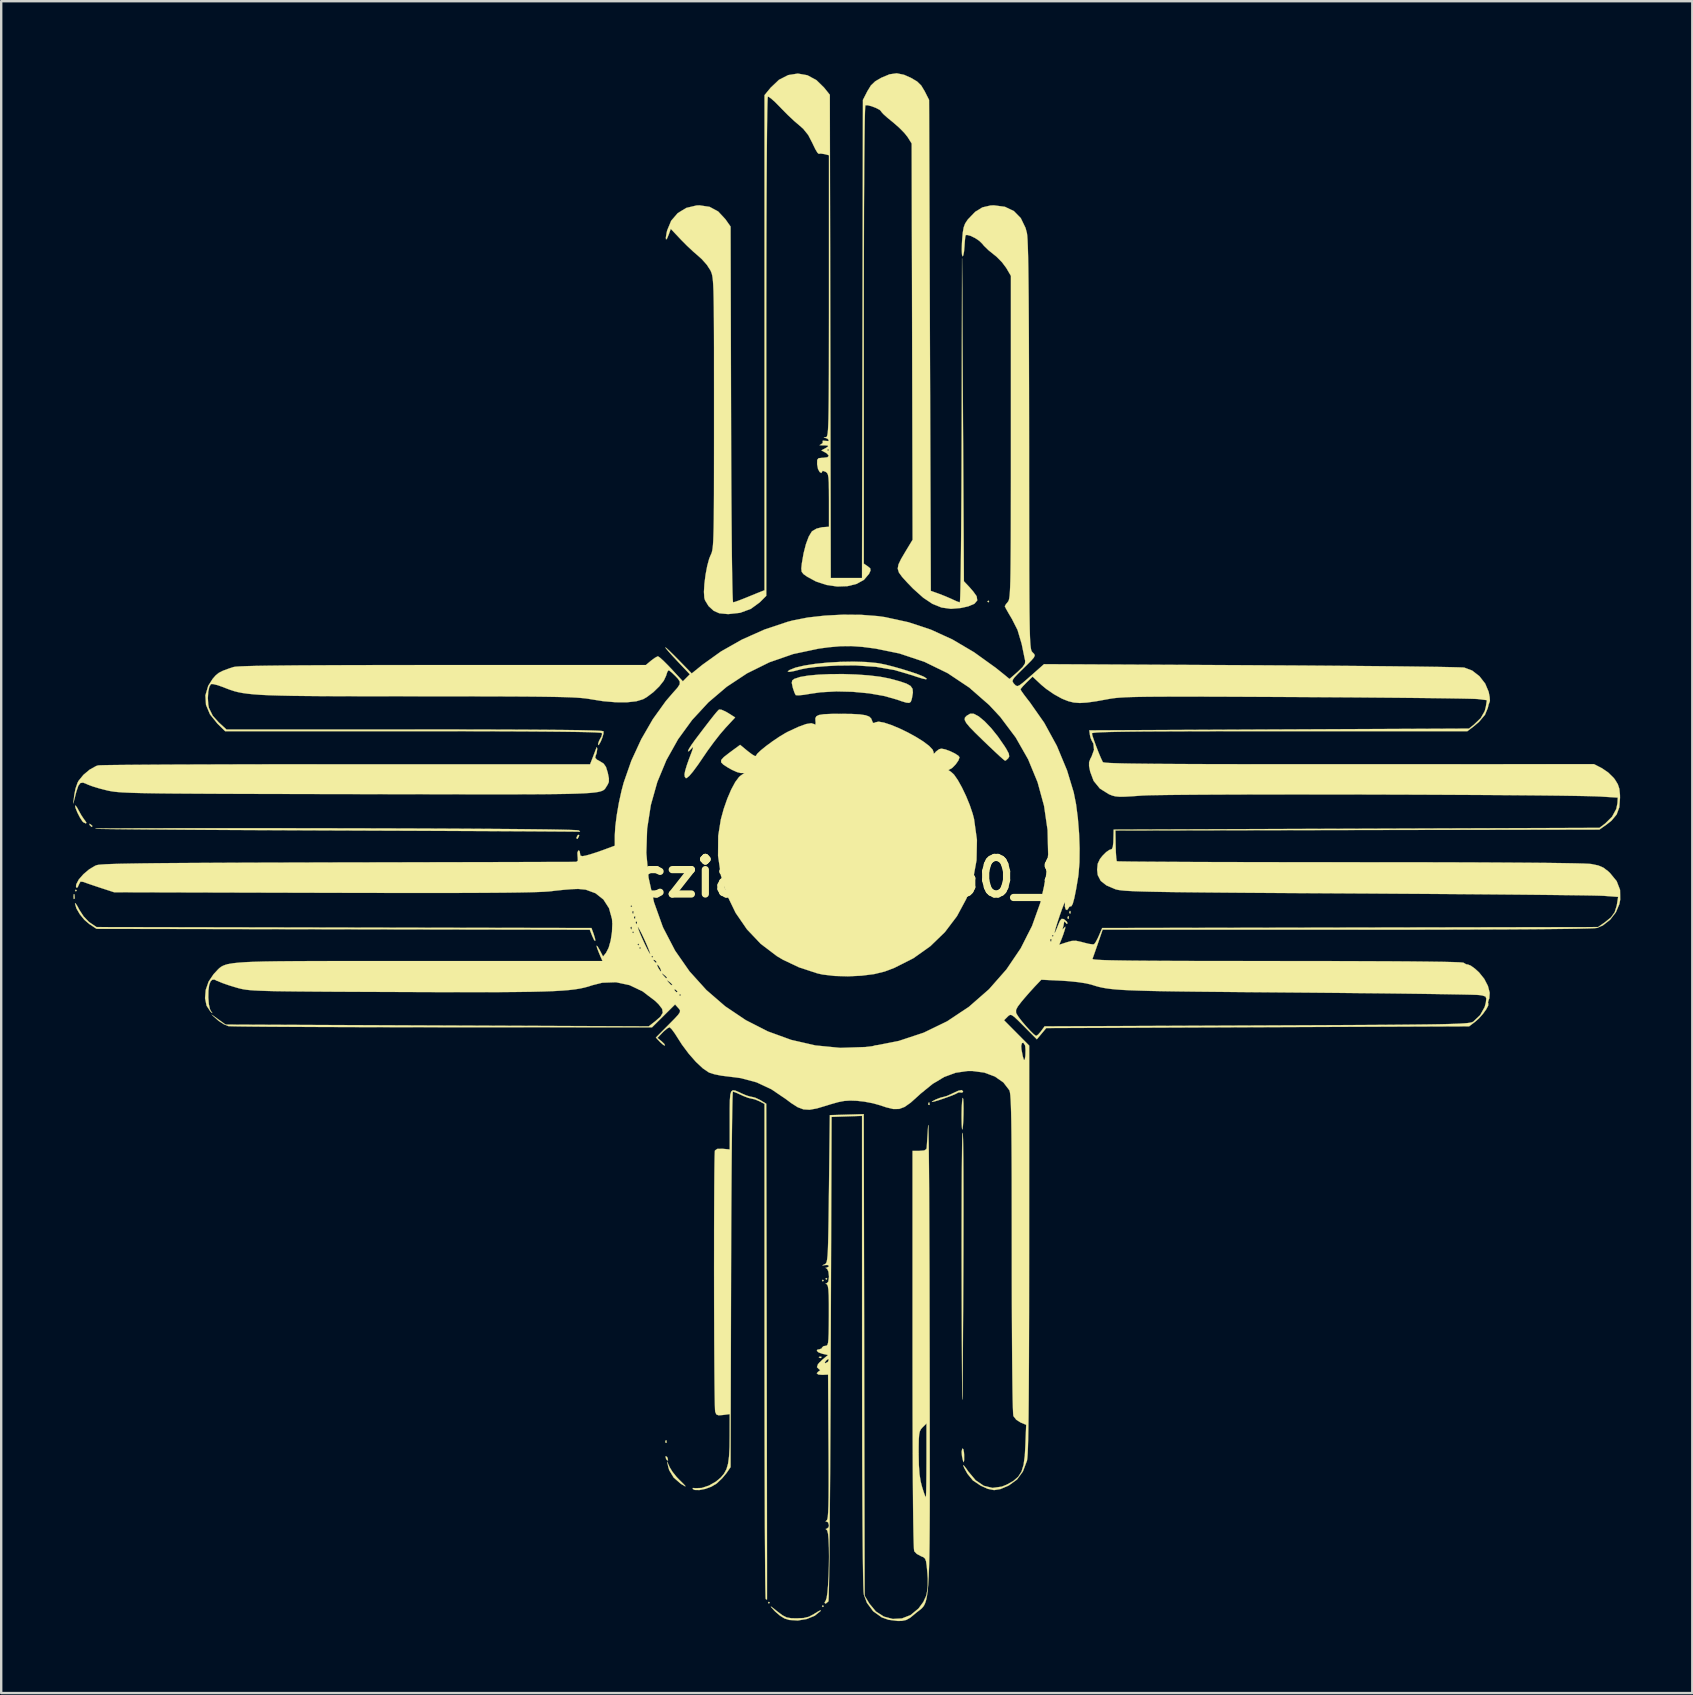
<source format=kicad_pcb>
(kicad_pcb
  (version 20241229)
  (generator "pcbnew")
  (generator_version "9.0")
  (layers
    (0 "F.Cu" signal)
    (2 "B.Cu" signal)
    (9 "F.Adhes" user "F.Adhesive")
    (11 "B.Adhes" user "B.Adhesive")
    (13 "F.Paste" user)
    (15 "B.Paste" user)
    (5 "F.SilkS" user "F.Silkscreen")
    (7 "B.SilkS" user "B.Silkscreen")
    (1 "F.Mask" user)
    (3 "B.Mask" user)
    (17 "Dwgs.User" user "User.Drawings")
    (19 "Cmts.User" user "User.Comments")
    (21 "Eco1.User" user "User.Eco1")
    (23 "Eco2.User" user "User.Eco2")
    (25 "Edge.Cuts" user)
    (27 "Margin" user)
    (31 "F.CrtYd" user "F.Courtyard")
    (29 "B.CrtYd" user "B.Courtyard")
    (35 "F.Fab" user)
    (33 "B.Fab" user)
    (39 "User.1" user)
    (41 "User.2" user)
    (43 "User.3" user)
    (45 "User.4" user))
  (footprint "dczia_350x350_8"
    (layer "F.Cu")
    (at 31.935 33.521)
    (property "Reference" "dczia_350x350_8" (at 0 0 0) (layer "F.SilkS") (effects (font (size 1.524 1.524) (thickness 0.3))))
    (attr through_hole)
    (fp_poly (pts (xy -31.786 0.544) (xy -31.823 0.581) (xy -31.859 0.544) (xy -31.823 0.508) (xy -31.786 0.544)) (stroke (width 0.01) (type solid)) (fill yes) (layer "F.SilkS"))
    (fp_poly (pts (xy -2.903 30.226) (xy -2.939 30.262) (xy -2.975 30.226) (xy -2.939 30.19) (xy -2.903 30.226)) (stroke (width 0.01) (type solid)) (fill yes) (layer "F.SilkS"))
    (fp_poly (pts (xy -0.653 16.8) (xy -0.689 16.837) (xy -0.726 16.8) (xy -0.689 16.764) (xy -0.653 16.8)) (stroke (width 0.01) (type solid)) (fill yes) (layer "F.SilkS"))
    (fp_poly (pts (xy -0.653 30.371) (xy -0.689 30.407) (xy -0.726 30.371) (xy -0.689 30.335) (xy -0.653 30.371)) (stroke (width 0.01) (type solid)) (fill yes) (layer "F.SilkS"))
    (fp_poly (pts (xy -0.508 16.728) (xy -0.544 16.764) (xy -0.581 16.728) (xy -0.544 16.691) (xy -0.508 16.728)) (stroke (width 0.01) (type solid)) (fill yes) (layer "F.SilkS"))
    (fp_poly (pts (xy 6.241 -11.503) (xy 6.205 -11.466) (xy 6.169 -11.503) (xy 6.205 -11.539) (xy 6.241 -11.503)) (stroke (width 0.01) (type solid)) (fill yes) (layer "F.SilkS"))
    (fp_poly (pts (xy -31.883 0.708) (xy -31.874 0.856) (xy -31.883 0.889) (xy -31.91 0.898) (xy -31.92 0.798) (xy -31.909 0.695) (xy -31.883 0.708)) (stroke (width 0.01) (type solid)) (fill yes) (layer "F.SilkS"))
    (fp_poly (pts (xy -7.209 23.465) (xy -7.2 23.551) (xy -7.209 23.562) (xy -7.252 23.552) (xy -7.257 23.513) (xy -7.231 23.453) (xy -7.209 23.465)) (stroke (width 0.01) (type solid)) (fill yes) (layer "F.SilkS"))
    (fp_poly (pts (xy -0.75 19.981) (xy -0.76 20.024) (xy -0.798 20.03) (xy -0.858 20.003) (xy -0.847 19.981) (xy -0.761 19.973) (xy -0.75 19.981)) (stroke (width 0.01) (type solid)) (fill yes) (layer "F.SilkS"))
    (fp_poly (pts (xy 3.75 9.386) (xy 3.758 9.472) (xy 3.75 9.483) (xy 3.706 9.473) (xy 3.701 9.434) (xy 3.728 9.375) (xy 3.75 9.386)) (stroke (width 0.01) (type solid)) (fill yes) (layer "F.SilkS"))
    (fp_poly (pts (xy 9.555 1.621) (xy 9.564 1.707) (xy 9.555 1.718) (xy 9.512 1.708) (xy 9.507 1.669) (xy 9.533 1.609) (xy 9.555 1.621)) (stroke (width 0.01) (type solid)) (fill yes) (layer "F.SilkS"))
    (fp_poly (pts (xy 9.628 1.403) (xy 9.636 1.489) (xy 9.628 1.5) (xy 9.585 1.49) (xy 9.579 1.451) (xy 9.606 1.392) (xy 9.628 1.403)) (stroke (width 0.01) (type solid)) (fill yes) (layer "F.SilkS"))
    (fp_poly (pts (xy -31.217 -2.22) (xy -31.14 -2.153) (xy -31.133 -2.137) (xy -31.168 -2.107) (xy -31.239 -2.174) (xy -31.249 -2.188) (xy -31.257 -2.238) (xy -31.217 -2.22)) (stroke (width 0.01) (type solid)) (fill yes) (layer "F.SilkS"))
    (fp_poly (pts (xy -10.845 -1.766) (xy -10.858 -1.709) (xy -10.917 -1.607) (xy -10.954 -1.624) (xy -10.958 -1.665) (xy -10.906 -1.763) (xy -10.887 -1.777) (xy -10.845 -1.766)) (stroke (width 0.01) (type solid)) (fill yes) (layer "F.SilkS"))
    (fp_poly (pts (xy -7.187 24.147) (xy -7.16 24.199) (xy -7.141 24.302) (xy -7.19 24.282) (xy -7.224 24.234) (xy -7.246 24.139) (xy -7.237 24.122) (xy -7.187 24.147)) (stroke (width 0.01) (type solid)) (fill yes) (layer "F.SilkS"))
    (fp_poly (pts (xy 5.165 23.827) (xy 5.192 23.966) (xy 5.198 24.062) (xy 5.198 24.288) (xy 5.182 24.371) (xy 5.152 24.311) (xy 5.11 24.125) (xy 5.094 23.937) (xy 5.118 23.813) (xy 5.125 23.802) (xy 5.165 23.827)) (stroke (width 0.01) (type solid)) (fill yes) (layer "F.SilkS"))
    (fp_poly (pts (xy -7.072 24.584) (xy -6.958 24.771) (xy -6.782 24.99) (xy -6.667 25.11) (xy -6.489 25.286) (xy -6.414 25.371) (xy -6.44 25.372) (xy -6.565 25.298) (xy -6.619 25.263) (xy -6.908 25.011) (xy -7.094 24.703) (xy -7.134 24.565) (xy -7.179 24.348) (xy -7.072 24.584)) (stroke (width 0.01) (type solid)) (fill yes) (layer "F.SilkS"))
    (fp_poly (pts (xy -31.756 -2.885) (xy -31.711 -2.8) (xy -31.593 -2.589) (xy -31.476 -2.415) (xy -31.449 -2.383) (xy -31.384 -2.285) (xy -31.403 -2.25) (xy -31.511 -2.3) (xy -31.551 -2.34) (xy -31.655 -2.501) (xy -31.759 -2.704) (xy -31.834 -2.89) (xy -31.856 -2.99) (xy -31.827 -2.991) (xy -31.756 -2.885)) (stroke (width 0.01) (type solid)) (fill yes) (layer "F.SilkS"))
    (fp_poly (pts (xy 5.16 9.24) (xy 5.169 9.4) (xy 5.173 9.63) (xy 5.17 9.891) (xy 5.162 10.145) (xy 5.148 10.356) (xy 5.131 10.484) (xy 5.122 10.505) (xy 5.108 10.453) (xy 5.098 10.286) (xy 5.093 10.034) (xy 5.093 9.877) (xy 5.099 9.583) (xy 5.113 9.349) (xy 5.132 9.21) (xy 5.142 9.186) (xy 5.16 9.24)) (stroke (width 0.01) (type solid)) (fill yes) (layer "F.SilkS"))
    (fp_poly (pts (xy -31.831 1.085) (xy -31.757 1.199) (xy -31.679 1.346) (xy -31.503 1.619) (xy -31.289 1.843) (xy -31.23 1.887) (xy -30.962 2.068) (xy -10.334 2.107) (xy -10.24 2.365) (xy -10.181 2.562) (xy -10.178 2.647) (xy -10.222 2.61) (xy -10.302 2.44) (xy -10.305 2.431) (xy -10.404 2.179) (xy -20.683 2.16) (xy -30.962 2.141) (xy -31.264 1.941) (xy -31.47 1.764) (xy -31.659 1.532) (xy -31.799 1.291) (xy -31.859 1.089) (xy -31.859 1.077) (xy -31.831 1.085)) (stroke (width 0.01) (type solid)) (fill yes) (layer "F.SilkS"))
    (fp_poly (pts (xy -2.795 30.426) (xy -2.629 30.557) (xy -2.583 30.594) (xy -2.37 30.754) (xy -2.199 30.84) (xy -2.006 30.874) (xy -1.779 30.879) (xy -1.489 30.865) (xy -1.272 30.812) (xy -1.058 30.698) (xy -1.011 30.667) (xy -0.853 30.572) (xy -0.776 30.543) (xy -0.786 30.573) (xy -1.032 30.772) (xy -1.364 30.907) (xy -1.733 30.968) (xy -2.09 30.946) (xy -2.286 30.885) (xy -2.476 30.767) (xy -2.676 30.595) (xy -2.721 30.548) (xy -2.831 30.425) (xy -2.859 30.384) (xy -2.795 30.426)) (stroke (width 0.01) (type solid)) (fill yes) (layer "F.SilkS"))
    (fp_poly (pts (xy 5.151 8.91) (xy 5.153 8.931) (xy 5.108 8.973) (xy 5.077 8.961) (xy 4.961 8.958) (xy 4.914 8.986) (xy 4.811 9.038) (xy 4.619 9.115) (xy 4.382 9.201) (xy 4.145 9.281) (xy 3.954 9.337) (xy 3.852 9.356) (xy 3.852 9.356) (xy 3.88 9.326) (xy 4.004 9.261) (xy 4.028 9.25) (xy 4.207 9.18) (xy 4.337 9.147) (xy 4.339 9.147) (xy 4.458 9.114) (xy 4.644 9.035) (xy 4.717 8.999) (xy 4.959 8.888) (xy 5.098 8.86) (xy 5.151 8.91)) (stroke (width 0.01) (type solid)) (fill yes) (layer "F.SilkS"))
    (fp_poly (pts (xy 5.802 -6.716) (xy 6.049 -6.512) (xy 6.322 -6.227) (xy 6.604 -5.877) (xy 6.88 -5.478) (xy 6.96 -5.35) (xy 7.06 -5.162) (xy 7.077 -5.043) (xy 7.038 -4.969) (xy 6.943 -4.881) (xy 6.904 -4.866) (xy 6.839 -4.915) (xy 6.688 -5.048) (xy 6.471 -5.25) (xy 6.204 -5.502) (xy 5.997 -5.701) (xy 5.665 -6.025) (xy 5.43 -6.266) (xy 5.285 -6.442) (xy 5.221 -6.568) (xy 5.231 -6.662) (xy 5.305 -6.74) (xy 5.436 -6.818) (xy 5.447 -6.824) (xy 5.596 -6.825) (xy 5.802 -6.716)) (stroke (width 0.01) (type solid)) (fill yes) (layer "F.SilkS"))
    (fp_poly (pts (xy 1.106 -8.98) (xy 1.564 -8.937) (xy 1.669 -8.921) (xy 1.927 -8.868) (xy 2.253 -8.785) (xy 2.609 -8.684) (xy 2.958 -8.575) (xy 3.263 -8.471) (xy 3.484 -8.383) (xy 3.556 -8.346) (xy 3.644 -8.277) (xy 3.606 -8.26) (xy 3.452 -8.292) (xy 3.193 -8.373) (xy 3.039 -8.426) (xy 2.299 -8.645) (xy 1.516 -8.781) (xy 0.661 -8.839) (xy -0.103 -8.831) (xy -0.566 -8.807) (xy -0.991 -8.771) (xy -1.344 -8.727) (xy -1.588 -8.68) (xy -1.597 -8.677) (xy -1.89 -8.602) (xy -2.08 -8.569) (xy -2.155 -8.578) (xy -2.105 -8.63) (xy -2.081 -8.645) (xy -1.829 -8.746) (xy -1.461 -8.832) (xy -1.007 -8.903) (xy -0.494 -8.955) (xy 0.049 -8.986) (xy 0.592 -8.995) (xy 1.106 -8.98)) (stroke (width 0.01) (type solid)) (fill yes) (layer "F.SilkS"))
    (fp_poly (pts (xy -4.914 -6.991) (xy -4.745 -6.916) (xy -4.643 -6.857) (xy -4.345 -6.669) (xy -4.752 -6.23) (xy -4.975 -5.971) (xy -5.232 -5.642) (xy -5.485 -5.296) (xy -5.601 -5.127) (xy -5.882 -4.714) (xy -6.099 -4.419) (xy -6.257 -4.232) (xy -6.365 -4.145) (xy -6.399 -4.137) (xy -6.445 -4.198) (xy -6.456 -4.3) (xy -6.429 -4.443) (xy -6.36 -4.676) (xy -6.263 -4.951) (xy -6.241 -5.007) (xy -6.143 -5.266) (xy -6.1 -5.404) (xy -6.111 -5.433) (xy -6.169 -5.37) (xy -6.265 -5.268) (xy -6.311 -5.259) (xy -6.312 -5.265) (xy -6.272 -5.357) (xy -6.164 -5.528) (xy -6.013 -5.739) (xy -6.005 -5.749) (xy -5.681 -6.177) (xy -5.433 -6.5) (xy -5.251 -6.732) (xy -5.125 -6.885) (xy -5.046 -6.972) (xy -5.012 -7) (xy -4.914 -6.991)) (stroke (width 0.01) (type solid)) (fill yes) (layer "F.SilkS"))
    (fp_poly (pts (xy 5.144 10.708) (xy 5.153 10.91) (xy 5.159 11.243) (xy 5.165 11.7) (xy 5.168 12.272) (xy 5.17 12.952) (xy 5.171 13.734) (xy 5.17 14.609) (xy 5.168 15.571) (xy 5.164 16.612) (xy 5.158 17.725) (xy 5.151 18.902) (xy 5.143 20.136) (xy 5.133 21.372) (xy 5.13 21.636) (xy 5.127 21.76) (xy 5.124 21.751) (xy 5.121 21.615) (xy 5.117 21.357) (xy 5.114 20.983) (xy 5.11 20.499) (xy 5.107 19.911) (xy 5.104 19.226) (xy 5.101 18.448) (xy 5.098 17.584) (xy 5.097 17.186) (xy 5.095 16.226) (xy 5.094 15.309) (xy 5.095 14.444) (xy 5.097 13.642) (xy 5.099 12.912) (xy 5.103 12.266) (xy 5.108 11.713) (xy 5.113 11.264) (xy 5.119 10.929) (xy 5.127 10.718) (xy 5.134 10.643) (xy 5.144 10.708)) (stroke (width 0.01) (type solid)) (fill yes) (layer "F.SilkS"))
    (fp_poly (pts (xy 0.709 -8.459) (xy 1.227 -8.422) (xy 1.697 -8.366) (xy 2.09 -8.29) (xy 2.127 -8.28) (xy 2.524 -8.172) (xy 2.798 -8.078) (xy 2.967 -7.98) (xy 3.049 -7.861) (xy 3.063 -7.704) (xy 3.027 -7.49) (xy 3.011 -7.42) (xy 2.975 -7.32) (xy 2.908 -7.276) (xy 2.781 -7.288) (xy 2.564 -7.354) (xy 2.403 -7.412) (xy 1.867 -7.564) (xy 1.236 -7.674) (xy 0.555 -7.738) (xy -0.133 -7.754) (xy -0.781 -7.718) (xy -1.206 -7.657) (xy -1.478 -7.612) (xy -1.692 -7.591) (xy -1.812 -7.597) (xy -1.823 -7.602) (xy -1.873 -7.703) (xy -1.934 -7.882) (xy -1.947 -7.929) (xy -1.986 -8.114) (xy -1.964 -8.214) (xy -1.884 -8.275) (xy -1.651 -8.354) (xy -1.302 -8.414) (xy -0.864 -8.454) (xy -0.364 -8.475) (xy 0.169 -8.477) (xy 0.709 -8.459)) (stroke (width 0.01) (type solid)) (fill yes) (layer "F.SilkS"))
    (fp_poly (pts (xy -24.101 -2.053) (xy -22.98 -2.052) (xy -21.812 -2.051) (xy -20.988 -2.049) (xy -19.43 -2.046) (xy -17.996 -2.042) (xy -16.686 -2.037) (xy -15.504 -2.031) (xy -14.45 -2.024) (xy -13.528 -2.017) (xy -12.739 -2.009) (xy -12.084 -2.001) (xy -11.567 -1.991) (xy -11.189 -1.981) (xy -10.951 -1.971) (xy -10.857 -1.96) (xy -10.856 -1.959) (xy -10.81 -1.904) (xy -10.817 -1.904) (xy -10.892 -1.907) (xy -11.104 -1.91) (xy -11.444 -1.913) (xy -11.905 -1.916) (xy -12.478 -1.92) (xy -13.155 -1.924) (xy -13.927 -1.928) (xy -14.786 -1.933) (xy -15.724 -1.937) (xy -16.732 -1.942) (xy -17.803 -1.947) (xy -18.928 -1.951) (xy -20.098 -1.956) (xy -20.913 -1.959) (xy -22.109 -1.964) (xy -23.266 -1.969) (xy -24.375 -1.974) (xy -25.426 -1.979) (xy -26.413 -1.985) (xy -27.327 -1.991) (xy -28.159 -1.997) (xy -28.902 -2.002) (xy -29.546 -2.008) (xy -30.084 -2.014) (xy -30.507 -2.019) (xy -30.807 -2.024) (xy -30.976 -2.029) (xy -31.012 -2.032) (xy -30.945 -2.036) (xy -30.742 -2.04) (xy -30.409 -2.043) (xy -29.956 -2.046) (xy -29.391 -2.049) (xy -28.722 -2.051) (xy -27.956 -2.052) (xy -27.103 -2.053) (xy -26.171 -2.054) (xy -25.168 -2.054) (xy -24.101 -2.053)) (stroke (width 0.01) (type solid)) (fill yes) (layer "F.SilkS"))
    (fp_poly (pts (xy -10.098 -5.392) (xy -10.095 -5.347) (xy -10.122 -5.17) (xy -10.156 -5.087) (xy -10.178 -4.989) (xy -10.102 -4.907) (xy -9.983 -4.843) (xy -9.826 -4.745) (xy -9.729 -4.606) (xy -9.657 -4.375) (xy -9.654 -4.363) (xy -9.607 -4.129) (xy -9.61 -3.978) (xy -9.664 -3.859) (xy -9.675 -3.843) (xy -9.71 -3.789) (xy -9.739 -3.74) (xy -9.769 -3.696) (xy -9.808 -3.657) (xy -9.863 -3.622) (xy -9.941 -3.592) (xy -10.049 -3.565) (xy -10.196 -3.543) (xy -10.387 -3.524) (xy -10.63 -3.508) (xy -10.932 -3.495) (xy -11.302 -3.484) (xy -11.745 -3.477) (xy -12.269 -3.471) (xy -12.881 -3.467) (xy -13.589 -3.465) (xy -14.4 -3.465) (xy -15.321 -3.465) (xy -16.359 -3.467) (xy -17.521 -3.469) (xy -18.816 -3.471) (xy -20.025 -3.474) (xy -21.426 -3.476) (xy -22.69 -3.479) (xy -23.823 -3.481) (xy -24.834 -3.484) (xy -25.731 -3.487) (xy -26.52 -3.491) (xy -27.21 -3.495) (xy -27.808 -3.499) (xy -28.322 -3.504) (xy -28.759 -3.511) (xy -29.128 -3.518) (xy -29.434 -3.526) (xy -29.688 -3.536) (xy -29.895 -3.546) (xy -30.063 -3.559) (xy -30.2 -3.572) (xy -30.315 -3.588) (xy -30.413 -3.605) (xy -30.503 -3.624) (xy -30.536 -3.632) (xy -30.846 -3.711) (xy -31.128 -3.797) (xy -31.33 -3.873) (xy -31.361 -3.888) (xy -31.522 -3.953) (xy -31.635 -3.936) (xy -31.721 -3.82) (xy -31.801 -3.585) (xy -31.831 -3.471) (xy -31.93 -3.084) (xy -31.888 -3.447) (xy -31.835 -3.712) (xy -31.75 -3.954) (xy -31.711 -4.028) (xy -31.509 -4.276) (xy -31.246 -4.496) (xy -30.978 -4.644) (xy -30.897 -4.67) (xy -30.802 -4.676) (xy -30.57 -4.682) (xy -30.21 -4.687) (xy -29.73 -4.692) (xy -29.139 -4.697) (xy -28.444 -4.702) (xy -27.655 -4.706) (xy -26.78 -4.709) (xy -25.828 -4.712) (xy -24.806 -4.715) (xy -23.723 -4.717) (xy -22.587 -4.718) (xy -21.408 -4.719) (xy -20.545 -4.719) (xy -10.391 -4.719) (xy -10.299 -4.954) (xy -10.219 -5.161) (xy -10.155 -5.332) (xy -10.154 -5.334) (xy -10.113 -5.43) (xy -10.098 -5.392)) (stroke (width 0.01) (type solid)) (fill yes) (layer "F.SilkS"))
    (fp_poly (pts (xy 0.507 -6.815) (xy 0.851 -6.797) (xy 1.09 -6.761) (xy 1.241 -6.705) (xy 1.325 -6.624) (xy 1.352 -6.556) (xy 1.401 -6.439) (xy 1.473 -6.448) (xy 1.496 -6.465) (xy 1.632 -6.494) (xy 1.862 -6.453) (xy 2.159 -6.355) (xy 2.497 -6.215) (xy 2.849 -6.045) (xy 3.19 -5.858) (xy 3.494 -5.668) (xy 3.733 -5.488) (xy 3.883 -5.331) (xy 3.921 -5.236) (xy 3.933 -5.158) (xy 3.983 -5.196) (xy 4.02 -5.243) (xy 4.157 -5.346) (xy 4.253 -5.369) (xy 4.412 -5.338) (xy 4.613 -5.264) (xy 4.81 -5.169) (xy 4.957 -5.074) (xy 5.007 -5.008) (xy 4.96 -4.876) (xy 4.847 -4.714) (xy 4.709 -4.572) (xy 4.59 -4.5) (xy 4.576 -4.498) (xy 4.544 -4.474) (xy 4.637 -4.411) (xy 4.645 -4.408) (xy 4.776 -4.288) (xy 4.935 -4.059) (xy 5.107 -3.751) (xy 5.278 -3.394) (xy 5.432 -3.019) (xy 5.555 -2.655) (xy 5.612 -2.435) (xy 5.732 -1.567) (xy 5.715 -0.716) (xy 5.566 0.105) (xy 5.292 0.885) (xy 4.9 1.613) (xy 4.397 2.277) (xy 3.789 2.865) (xy 3.084 3.366) (xy 2.287 3.769) (xy 1.887 3.92) (xy 1.451 4.027) (xy 0.924 4.094) (xy 0.357 4.121) (xy -0.2 4.105) (xy -0.699 4.046) (xy -0.918 3.997) (xy -1.681 3.747) (xy -2.349 3.431) (xy -2.608 3.277) (xy -3.278 2.768) (xy -3.853 2.162) (xy -4.326 1.475) (xy -4.689 0.724) (xy -4.936 -0.072) (xy -5.058 -0.898) (xy -5.051 -1.735) (xy -4.942 -2.418) (xy -4.822 -2.856) (xy -4.673 -3.282) (xy -4.509 -3.665) (xy -4.341 -3.977) (xy -4.184 -4.187) (xy -4.128 -4.236) (xy -3.959 -4.354) (xy -4.119 -4.354) (xy -4.267 -4.391) (xy -4.48 -4.487) (xy -4.646 -4.58) (xy -4.835 -4.702) (xy -4.93 -4.799) (xy -4.927 -4.895) (xy -4.819 -5.016) (xy -4.601 -5.186) (xy -4.491 -5.268) (xy -4.138 -5.527) (xy -3.811 -5.258) (xy -3.638 -5.128) (xy -3.519 -5.06) (xy -3.483 -5.065) (xy -3.426 -5.155) (xy -3.273 -5.301) (xy -3.052 -5.48) (xy -2.79 -5.673) (xy -2.515 -5.859) (xy -2.255 -6.016) (xy -2.141 -6.077) (xy -1.71 -6.277) (xy -1.39 -6.394) (xy -1.172 -6.429) (xy -1.062 -6.395) (xy -1 -6.368) (xy -0.991 -6.454) (xy -0.999 -6.523) (xy -1.002 -6.638) (xy -0.959 -6.719) (xy -0.849 -6.772) (xy -0.653 -6.803) (xy -0.35 -6.817) (xy 0.036 -6.82) (xy 0.507 -6.815)) (stroke (width 0.01) (type solid)) (fill yes) (layer "F.SilkS"))
    (fp_poly (pts (xy -4.342 8.881) (xy -4.2 8.941) (xy -4.081 8.999) (xy -3.87 9.088) (xy -3.695 9.139) (xy -3.65 9.144) (xy -3.504 9.181) (xy -3.314 9.271) (xy -3.284 9.288) (xy -3.049 9.432) (xy -3.03 19.756) (xy -3.028 20.968) (xy -3.026 22.14) (xy -3.024 23.264) (xy -3.023 24.331) (xy -3.021 25.333) (xy -3.02 26.263) (xy -3.019 27.112) (xy -3.018 27.871) (xy -3.017 28.533) (xy -3.017 29.09) (xy -3.017 29.533) (xy -3.017 29.854) (xy -3.017 30.045) (xy -3.018 30.099) (xy -3.062 30.078) (xy -3.072 30.069) (xy -3.078 29.992) (xy -3.083 29.778) (xy -3.089 29.435) (xy -3.094 28.972) (xy -3.098 28.397) (xy -3.103 27.717) (xy -3.107 26.942) (xy -3.11 26.079) (xy -3.113 25.136) (xy -3.116 24.122) (xy -3.118 23.045) (xy -3.119 21.914) (xy -3.12 20.735) (xy -3.121 19.729) (xy -3.121 9.438) (xy -3.335 9.327) (xy -3.519 9.25) (xy -3.663 9.217) (xy -3.665 9.217) (xy -3.798 9.186) (xy -3.997 9.11) (xy -4.081 9.071) (xy -4.273 8.984) (xy -4.41 8.933) (xy -4.439 8.926) (xy -4.447 8.997) (xy -4.455 9.204) (xy -4.463 9.537) (xy -4.471 9.988) (xy -4.478 10.546) (xy -4.485 11.202) (xy -4.492 11.947) (xy -4.498 12.772) (xy -4.504 13.668) (xy -4.509 14.624) (xy -4.513 15.632) (xy -4.516 16.682) (xy -4.516 16.751) (xy -4.536 24.576) (xy -4.707 24.825) (xy -4.883 25.037) (xy -5.095 25.24) (xy -5.132 25.27) (xy -5.342 25.393) (xy -5.592 25.484) (xy -5.837 25.532) (xy -6.03 25.528) (xy -6.107 25.491) (xy -6.113 25.445) (xy -5.99 25.454) (xy -5.737 25.444) (xy -5.438 25.345) (xy -5.144 25.178) (xy -4.943 25.009) (xy -4.807 24.846) (xy -4.708 24.663) (xy -4.641 24.433) (xy -4.6 24.131) (xy -4.579 23.733) (xy -4.574 23.284) (xy -4.572 22.366) (xy -4.852 22.403) (xy -5.038 22.417) (xy -5.13 22.378) (xy -5.177 22.269) (xy -5.185 22.17) (xy -5.192 21.94) (xy -5.198 21.594) (xy -5.204 21.146) (xy -5.209 20.609) (xy -5.213 19.997) (xy -5.217 19.325) (xy -5.219 18.607) (xy -5.222 17.856) (xy -5.223 17.086) (xy -5.224 16.312) (xy -5.223 15.547) (xy -5.223 14.805) (xy -5.221 14.1) (xy -5.218 13.446) (xy -5.215 12.858) (xy -5.211 12.348) (xy -5.206 11.931) (xy -5.2 11.622) (xy -5.193 11.433) (xy -5.187 11.38) (xy -5.092 11.313) (xy -4.874 11.308) (xy -4.861 11.309) (xy -4.572 11.336) (xy -4.572 10.095) (xy -4.572 9.624) (xy -4.566 9.282) (xy -4.547 9.053) (xy -4.509 8.921) (xy -4.443 8.869) (xy -4.342 8.881)) (stroke (width 0.01) (type solid)) (fill yes) (layer "F.SilkS"))
    (fp_poly (pts (xy 1.033 19.9) (xy 1.052 29.936) (xy 1.251 30.267) (xy 1.521 30.593) (xy 1.854 30.806) (xy 2.224 30.904) (xy 2.604 30.883) (xy 2.967 30.742) (xy 3.286 30.478) (xy 3.3 30.463) (xy 3.498 30.195) (xy 3.622 29.926) (xy 3.68 29.615) (xy 3.682 29.222) (xy 3.667 28.994) (xy 3.639 28.69) (xy 3.611 28.499) (xy 3.569 28.39) (xy 3.502 28.33) (xy 3.402 28.289) (xy 3.226 28.194) (xy 3.119 28.082) (xy 3.107 27.987) (xy 3.097 27.751) (xy 3.087 27.376) (xy 3.078 26.867) (xy 3.07 26.226) (xy 3.064 25.457) (xy 3.058 24.564) (xy 3.056 24.005) (xy 3.303 24.005) (xy 3.312 24.49) (xy 3.338 24.868) (xy 3.387 25.175) (xy 3.44 25.382) (xy 3.512 25.613) (xy 3.571 25.776) (xy 3.602 25.835) (xy 3.61 25.766) (xy 3.617 25.573) (xy 3.622 25.277) (xy 3.626 24.899) (xy 3.628 24.461) (xy 3.629 24.295) (xy 3.629 22.755) (xy 3.465 22.918) (xy 3.398 22.996) (xy 3.352 23.087) (xy 3.324 23.219) (xy 3.309 23.42) (xy 3.304 23.718) (xy 3.303 24.005) (xy 3.056 24.005) (xy 3.054 23.549) (xy 3.051 22.418) (xy 3.049 21.172) (xy 3.048 19.815) (xy 3.048 19.672) (xy 3.048 11.394) (xy 3.338 11.394) (xy 3.535 11.378) (xy 3.623 11.322) (xy 3.638 11.267) (xy 3.646 11.145) (xy 3.661 10.914) (xy 3.681 10.61) (xy 3.698 10.341) (xy 3.704 10.318) (xy 3.71 10.432) (xy 3.716 10.676) (xy 3.722 11.043) (xy 3.727 11.526) (xy 3.733 12.117) (xy 3.738 12.809) (xy 3.742 13.595) (xy 3.746 14.466) (xy 3.75 15.417) (xy 3.754 16.438) (xy 3.756 17.524) (xy 3.758 18.666) (xy 3.76 19.667) (xy 3.762 21.108) (xy 3.764 22.412) (xy 3.765 23.585) (xy 3.766 24.634) (xy 3.766 25.567) (xy 3.765 26.391) (xy 3.761 27.113) (xy 3.756 27.741) (xy 3.748 28.281) (xy 3.736 28.74) (xy 3.722 29.127) (xy 3.703 29.448) (xy 3.681 29.711) (xy 3.653 29.922) (xy 3.621 30.089) (xy 3.583 30.219) (xy 3.54 30.319) (xy 3.49 30.397) (xy 3.434 30.46) (xy 3.371 30.514) (xy 3.3 30.568) (xy 3.222 30.628) (xy 3.157 30.682) (xy 2.949 30.854) (xy 2.785 30.946) (xy 2.61 30.983) (xy 2.439 30.988) (xy 2.049 30.939) (xy 1.764 30.837) (xy 1.406 30.582) (xy 1.146 30.23) (xy 1.02 29.889) (xy 1.008 29.766) (xy 0.998 29.5) (xy 0.988 29.094) (xy 0.98 28.551) (xy 0.972 27.874) (xy 0.965 27.064) (xy 0.959 26.125) (xy 0.954 25.06) (xy 0.95 23.871) (xy 0.948 22.56) (xy 0.946 21.13) (xy 0.945 19.755) (xy 0.943 9.937) (xy -0.327 9.979) (xy -0.363 20.03) (xy -0.368 21.227) (xy -0.373 22.385) (xy -0.379 23.495) (xy -0.385 24.549) (xy -0.392 25.538) (xy -0.4 26.455) (xy -0.407 27.291) (xy -0.415 28.037) (xy -0.422 28.685) (xy -0.43 29.228) (xy -0.438 29.655) (xy -0.446 29.96) (xy -0.453 30.133) (xy -0.458 30.172) (xy -0.557 30.254) (xy -0.594 30.262) (xy -0.619 30.219) (xy -0.571 30.142) (xy -0.532 30.026) (xy -0.498 29.797) (xy -0.471 29.483) (xy -0.451 29.112) (xy -0.438 28.711) (xy -0.433 28.308) (xy -0.437 27.93) (xy -0.45 27.605) (xy -0.472 27.361) (xy -0.505 27.224) (xy -0.518 27.206) (xy -0.574 27.154) (xy -0.526 27.143) (xy -0.452 27.081) (xy -0.435 26.997) (xy -0.473 26.878) (xy -0.526 26.85) (xy -0.579 26.835) (xy -0.525 26.791) (xy -0.502 26.747) (xy -0.483 26.638) (xy -0.469 26.455) (xy -0.458 26.186) (xy -0.451 25.82) (xy -0.448 25.346) (xy -0.448 24.753) (xy -0.451 24.03) (xy -0.453 23.726) (xy -0.472 20.719) (xy -0.708 20.73) (xy -0.88 20.716) (xy -0.944 20.665) (xy -0.882 20.595) (xy -0.853 20.58) (xy -0.799 20.532) (xy -0.853 20.495) (xy -0.936 20.409) (xy -0.892 20.282) (xy -0.839 20.228) (xy -0.612 20.228) (xy -0.588 20.247) (xy -0.487 20.194) (xy -0.469 20.17) (xy -0.439 20.08) (xy -0.494 20.084) (xy -0.565 20.146) (xy -0.612 20.228) (xy -0.839 20.228) (xy -0.718 20.106) (xy -0.709 20.099) (xy -0.475 19.903) (xy -0.709 19.852) (xy -0.868 19.795) (xy -0.942 19.728) (xy -0.914 19.678) (xy -0.835 19.667) (xy -0.738 19.628) (xy -0.726 19.594) (xy -0.665 19.535) (xy -0.586 19.522) (xy -0.536 19.514) (xy -0.499 19.478) (xy -0.473 19.393) (xy -0.457 19.239) (xy -0.447 18.997) (xy -0.442 18.646) (xy -0.439 18.258) (xy -0.439 17.773) (xy -0.445 17.416) (xy -0.46 17.173) (xy -0.483 17.027) (xy -0.516 16.962) (xy -0.524 16.958) (xy -0.578 16.925) (xy -0.526 16.915) (xy -0.463 16.843) (xy -0.436 16.655) (xy -0.435 16.625) (xy -0.457 16.431) (xy -0.511 16.314) (xy -0.526 16.304) (xy -0.58 16.271) (xy -0.526 16.262) (xy -0.442 16.214) (xy -0.435 16.19) (xy -0.495 16.151) (xy -0.599 16.155) (xy -0.708 16.173) (xy -0.68 16.151) (xy -0.617 16.123) (xy -0.581 16.103) (xy -0.552 16.069) (xy -0.528 16.007) (xy -0.509 15.905) (xy -0.493 15.748) (xy -0.48 15.525) (xy -0.47 15.221) (xy -0.461 14.824) (xy -0.452 14.321) (xy -0.444 13.698) (xy -0.435 12.983) (xy -0.399 9.906) (xy 1.014 9.864) (xy 1.033 19.9)) (stroke (width 0.01) (type solid)) (fill yes) (layer "F.SilkS"))
    (fp_poly (pts (xy 2.694 -33.454) (xy 2.979 -33.328) (xy 3.237 -33.176) (xy 3.411 -33.006) (xy 3.554 -32.768) (xy 3.737 -32.407) (xy 3.81 -11.945) (xy 4.142 -11.826) (xy 4.402 -11.725) (xy 4.651 -11.618) (xy 4.716 -11.587) (xy 4.89 -11.508) (xy 5.008 -11.467) (xy 5.019 -11.466) (xy 5.027 -11.537) (xy 5.036 -11.744) (xy 5.045 -12.075) (xy 5.053 -12.523) (xy 5.061 -13.077) (xy 5.068 -13.727) (xy 5.075 -14.463) (xy 5.081 -15.277) (xy 5.087 -16.157) (xy 5.091 -17.094) (xy 5.094 -18.079) (xy 5.096 -18.633) (xy 5.112 -25.799) (xy 5.189 -12.345) (xy 5.416 -12.105) (xy 5.575 -11.922) (xy 5.698 -11.753) (xy 5.722 -11.711) (xy 5.745 -11.546) (xy 5.629 -11.409) (xy 5.372 -11.3) (xy 5.063 -11.231) (xy 4.646 -11.196) (xy 4.259 -11.25) (xy 3.881 -11.401) (xy 3.494 -11.659) (xy 3.075 -12.034) (xy 2.835 -12.282) (xy 2.615 -12.524) (xy 2.481 -12.708) (xy 2.43 -12.87) (xy 2.462 -13.047) (xy 2.572 -13.276) (xy 2.756 -13.588) (xy 3.051 -14.076) (xy 3.031 -22.332) (xy 3.012 -30.589) (xy 2.845 -30.857) (xy 2.705 -31.033) (xy 2.491 -31.25) (xy 2.244 -31.466) (xy 2.21 -31.493) (xy 1.993 -31.671) (xy 1.83 -31.818) (xy 1.747 -31.911) (xy 1.742 -31.925) (xy 1.68 -31.991) (xy 1.53 -32.07) (xy 1.345 -32.142) (xy 1.178 -32.185) (xy 1.084 -32.182) (xy 1.074 -32.105) (xy 1.065 -31.886) (xy 1.056 -31.533) (xy 1.049 -31.05) (xy 1.042 -30.442) (xy 1.035 -29.714) (xy 1.03 -28.871) (xy 1.025 -27.919) (xy 1.022 -26.861) (xy 1.019 -25.704) (xy 1.017 -24.452) (xy 1.016 -23.111) (xy 1.016 -22.611) (xy 1.016 -13.081) (xy 1.179 -12.97) (xy 1.286 -12.882) (xy 1.297 -12.791) (xy 1.233 -12.652) (xy 1.024 -12.406) (xy 0.717 -12.235) (xy 0.338 -12.141) (xy -0.088 -12.126) (xy -0.534 -12.19) (xy -0.974 -12.335) (xy -1.333 -12.528) (xy -1.496 -12.642) (xy -1.573 -12.741) (xy -1.588 -12.877) (xy -1.566 -13.088) (xy -1.493 -13.512) (xy -1.394 -13.896) (xy -1.278 -14.206) (xy -1.157 -14.409) (xy -1.134 -14.433) (xy -0.951 -14.54) (xy -0.72 -14.597) (xy -0.707 -14.598) (xy -0.435 -14.617) (xy -0.435 -15.724) (xy -0.437 -16.149) (xy -0.442 -16.452) (xy -0.455 -16.655) (xy -0.477 -16.782) (xy -0.512 -16.856) (xy -0.563 -16.899) (xy -0.581 -16.909) (xy -0.696 -16.95) (xy -0.726 -16.903) (xy -0.754 -16.856) (xy -0.823 -16.899) (xy -0.891 -17.022) (xy -0.928 -17.215) (xy -0.929 -17.235) (xy -0.925 -17.405) (xy -0.867 -17.475) (xy -0.713 -17.49) (xy -0.687 -17.49) (xy -0.498 -17.514) (xy -0.443 -17.579) (xy -0.525 -17.673) (xy -0.593 -17.714) (xy -0.75 -17.798) (xy -0.717 -17.816) (xy -0.508 -17.816) (xy -0.472 -17.78) (xy -0.435 -17.816) (xy -0.472 -17.853) (xy -0.508 -17.816) (xy -0.717 -17.816) (xy -0.575 -17.895) (xy -0.47 -17.965) (xy -0.484 -18) (xy -0.626 -18.011) (xy -0.726 -18.01) (xy -0.828 -18.017) (xy -0.788 -18.042) (xy -0.779 -18.044) (xy -0.695 -18.109) (xy -0.7 -18.16) (xy -0.689 -18.209) (xy -0.592 -18.197) (xy -0.47 -18.188) (xy -0.435 -18.217) (xy -0.495 -18.284) (xy -0.562 -18.311) (xy -0.652 -18.338) (xy -0.6 -18.349) (xy -0.562 -18.352) (xy -0.539 -18.36) (xy -0.519 -18.386) (xy -0.502 -18.439) (xy -0.487 -18.53) (xy -0.475 -18.666) (xy -0.465 -18.858) (xy -0.456 -19.115) (xy -0.45 -19.445) (xy -0.445 -19.859) (xy -0.441 -20.366) (xy -0.438 -20.974) (xy -0.437 -21.693) (xy -0.436 -22.533) (xy -0.435 -23.502) (xy -0.435 -24.231) (xy -0.435 -30.101) (xy -0.62 -30.148) (xy -0.778 -30.171) (xy -0.86 -30.16) (xy -0.913 -30.204) (xy -1.003 -30.352) (xy -1.11 -30.573) (xy -1.122 -30.6) (xy -1.3 -30.944) (xy -1.509 -31.204) (xy -1.671 -31.346) (xy -1.886 -31.53) (xy -2.148 -31.776) (xy -2.408 -32.039) (xy -2.466 -32.1) (xy -2.671 -32.308) (xy -2.843 -32.462) (xy -2.956 -32.54) (xy -2.983 -32.543) (xy -2.991 -32.467) (xy -2.999 -32.252) (xy -3.007 -31.905) (xy -3.014 -31.434) (xy -3.02 -30.845) (xy -3.026 -30.145) (xy -3.031 -29.34) (xy -3.036 -28.438) (xy -3.04 -27.445) (xy -3.043 -26.368) (xy -3.045 -25.214) (xy -3.047 -23.99) (xy -3.048 -22.702) (xy -3.048 -22.121) (xy -3.048 -11.739) (xy -3.322 -11.465) (xy -3.691 -11.195) (xy -4.139 -11.03) (xy -4.636 -10.976) (xy -5.007 -11.011) (xy -5.241 -11.115) (xy -5.455 -11.312) (xy -5.601 -11.553) (xy -5.63 -11.652) (xy -5.646 -11.904) (xy -5.626 -12.244) (xy -5.578 -12.622) (xy -5.509 -12.986) (xy -5.427 -13.288) (xy -5.373 -13.42) (xy -5.346 -13.476) (xy -5.322 -13.538) (xy -5.302 -13.615) (xy -5.285 -13.718) (xy -5.27 -13.855) (xy -5.258 -14.039) (xy -5.249 -14.277) (xy -5.241 -14.581) (xy -5.235 -14.96) (xy -5.231 -15.425) (xy -5.228 -15.985) (xy -5.227 -16.65) (xy -5.226 -17.431) (xy -5.225 -18.337) (xy -5.225 -19.351) (xy -5.225 -20.388) (xy -5.226 -21.291) (xy -5.226 -22.069) (xy -5.228 -22.731) (xy -5.231 -23.289) (xy -5.235 -23.751) (xy -5.241 -24.129) (xy -5.248 -24.432) (xy -5.258 -24.67) (xy -5.27 -24.853) (xy -5.285 -24.992) (xy -5.302 -25.096) (xy -5.323 -25.175) (xy -5.347 -25.24) (xy -5.374 -25.3) (xy -5.377 -25.305) (xy -5.524 -25.533) (xy -5.734 -25.77) (xy -5.867 -25.89) (xy -6.088 -26.081) (xy -6.352 -26.329) (xy -6.603 -26.582) (xy -6.617 -26.597) (xy -7.029 -27.033) (xy -7.115 -26.793) (xy -7.186 -26.626) (xy -7.227 -26.59) (xy -7.233 -26.675) (xy -7.201 -26.871) (xy -7.178 -26.97) (xy -7.011 -27.372) (xy -6.737 -27.69) (xy -6.377 -27.907) (xy -5.952 -28.008) (xy -5.83 -28.013) (xy -5.41 -27.95) (xy -5.053 -27.758) (xy -4.753 -27.436) (xy -4.536 -27.129) (xy -4.516 -19.298) (xy -4.513 -18.103) (xy -4.508 -16.985) (xy -4.503 -15.951) (xy -4.496 -15.007) (xy -4.489 -14.16) (xy -4.482 -13.417) (xy -4.473 -12.783) (xy -4.464 -12.266) (xy -4.455 -11.872) (xy -4.445 -11.607) (xy -4.435 -11.478) (xy -4.43 -11.466) (xy -4.334 -11.492) (xy -4.145 -11.56) (xy -3.905 -11.655) (xy -3.645 -11.761) (xy -3.418 -11.854) (xy -3.284 -11.907) (xy -3.121 -11.971) (xy -3.121 -32.606) (xy -2.867 -32.915) (xy -2.519 -33.245) (xy -2.135 -33.441) (xy -1.734 -33.505) (xy -1.336 -33.435) (xy -0.958 -33.232) (xy -0.644 -32.925) (xy -0.399 -32.621) (xy -0.38 -22.552) (xy -0.36 -12.482) (xy 0.942 -12.482) (xy 0.98 -32.407) (xy 1.165 -32.768) (xy 1.312 -33.009) (xy 1.49 -33.18) (xy 1.742 -33.328) (xy 2.09 -33.474) (xy 2.389 -33.516) (xy 2.694 -33.454)) (stroke (width 0.01) (type solid)) (fill yes) (layer "F.SilkS"))
    (fp_poly (pts (xy 6.898 -27.952) (xy 7.272 -27.774) (xy 7.56 -27.48) (xy 7.757 -27.073) (xy 7.815 -26.857) (xy 7.829 -26.748) (xy 7.842 -26.557) (xy 7.853 -26.28) (xy 7.864 -25.911) (xy 7.873 -25.444) (xy 7.88 -24.873) (xy 7.887 -24.194) (xy 7.892 -23.402) (xy 7.897 -22.489) (xy 7.9 -21.452) (xy 7.903 -20.284) (xy 7.905 -18.981) (xy 7.906 -17.982) (xy 7.906 -16.696) (xy 7.907 -15.546) (xy 7.908 -14.526) (xy 7.91 -13.627) (xy 7.911 -12.842) (xy 7.914 -12.163) (xy 7.917 -11.581) (xy 7.921 -11.09) (xy 7.927 -10.681) (xy 7.933 -10.345) (xy 7.941 -10.076) (xy 7.95 -9.866) (xy 7.961 -9.706) (xy 7.974 -9.589) (xy 7.988 -9.506) (xy 8.004 -9.45) (xy 8.023 -9.414) (xy 8.044 -9.388) (xy 8.058 -9.375) (xy 8.121 -9.31) (xy 8.141 -9.248) (xy 8.105 -9.167) (xy 7.998 -9.042) (xy 7.808 -8.851) (xy 7.679 -8.725) (xy 7.442 -8.492) (xy 7.295 -8.336) (xy 7.225 -8.234) (xy 7.217 -8.162) (xy 7.257 -8.096) (xy 7.287 -8.062) (xy 7.352 -7.998) (xy 7.414 -7.975) (xy 7.499 -8.006) (xy 7.631 -8.103) (xy 7.834 -8.277) (xy 7.975 -8.401) (xy 8.527 -8.89) (xy 17.127 -8.846) (xy 18.238 -8.839) (xy 19.313 -8.833) (xy 20.342 -8.825) (xy 21.316 -8.817) (xy 22.226 -8.809) (xy 23.061 -8.801) (xy 23.813 -8.792) (xy 24.472 -8.783) (xy 25.03 -8.775) (xy 25.475 -8.766) (xy 25.8 -8.758) (xy 25.995 -8.751) (xy 26.046 -8.746) (xy 26.373 -8.623) (xy 26.675 -8.389) (xy 26.916 -8.079) (xy 27.059 -7.739) (xy 27.101 -7.525) (xy 27.112 -7.367) (xy 27.102 -7.325) (xy 27.057 -7.205) (xy 27.024 -7.063) (xy 26.905 -6.777) (xy 26.653 -6.48) (xy 26.435 -6.296) (xy 26.172 -6.096) (xy 18.348 -6.096) (xy 17.068 -6.096) (xy 15.926 -6.095) (xy 14.915 -6.093) (xy 14.03 -6.09) (xy 13.262 -6.087) (xy 12.605 -6.083) (xy 12.052 -6.077) (xy 11.596 -6.07) (xy 11.231 -6.062) (xy 10.95 -6.053) (xy 10.746 -6.043) (xy 10.611 -6.031) (xy 10.539 -6.017) (xy 10.523 -6.005) (xy 10.549 -5.897) (xy 10.616 -5.698) (xy 10.708 -5.449) (xy 10.808 -5.192) (xy 10.902 -4.97) (xy 10.972 -4.824) (xy 10.981 -4.808) (xy 11.016 -4.795) (xy 11.108 -4.783) (xy 11.262 -4.772) (xy 11.485 -4.763) (xy 11.783 -4.754) (xy 12.161 -4.747) (xy 12.626 -4.741) (xy 13.184 -4.735) (xy 13.841 -4.731) (xy 14.602 -4.727) (xy 15.474 -4.724) (xy 16.463 -4.722) (xy 17.575 -4.721) (xy 18.815 -4.72) (xy 20.191 -4.72) (xy 21.245 -4.72) (xy 31.45 -4.723) (xy 31.781 -4.553) (xy 32.037 -4.379) (xy 32.268 -4.153) (xy 32.321 -4.085) (xy 32.443 -3.886) (xy 32.507 -3.693) (xy 32.532 -3.442) (xy 32.534 -3.319) (xy 32.505 -2.927) (xy 32.393 -2.624) (xy 32.178 -2.366) (xy 31.967 -2.2) (xy 31.677 -1.996) (xy 21.59 -1.977) (xy 11.503 -1.957) (xy 11.513 -1.337) (xy 11.522 -1.052) (xy 11.537 -0.825) (xy 11.556 -0.694) (xy 11.564 -0.676) (xy 11.64 -0.671) (xy 11.853 -0.667) (xy 12.194 -0.662) (xy 12.655 -0.658) (xy 13.227 -0.654) (xy 13.902 -0.65) (xy 14.671 -0.646) (xy 15.525 -0.643) (xy 16.457 -0.641) (xy 17.458 -0.639) (xy 18.52 -0.637) (xy 19.633 -0.636) (xy 20.789 -0.635) (xy 21.242 -0.635) (xy 22.801 -0.634) (xy 24.236 -0.633) (xy 25.547 -0.63) (xy 26.73 -0.626) (xy 27.783 -0.62) (xy 28.705 -0.614) (xy 29.494 -0.607) (xy 30.147 -0.598) (xy 30.662 -0.589) (xy 31.038 -0.579) (xy 31.271 -0.567) (xy 31.341 -0.56) (xy 31.629 -0.5) (xy 31.838 -0.411) (xy 32.035 -0.262) (xy 32.115 -0.188) (xy 32.395 0.153) (xy 32.536 0.518) (xy 32.542 0.925) (xy 32.508 1.107) (xy 32.362 1.452) (xy 32.12 1.764) (xy 31.817 2) (xy 31.579 2.103) (xy 31.464 2.114) (xy 31.204 2.125) (xy 30.802 2.135) (xy 30.26 2.143) (xy 29.578 2.151) (xy 28.758 2.158) (xy 27.801 2.164) (xy 26.71 2.168) (xy 25.485 2.172) (xy 24.128 2.175) (xy 22.64 2.176) (xy 21.142 2.177) (xy 10.97 2.177) (xy 10.777 2.74) (xy 10.682 3.013) (xy 10.603 3.238) (xy 10.554 3.376) (xy 10.547 3.393) (xy 10.567 3.408) (xy 10.645 3.421) (xy 10.786 3.433) (xy 10.999 3.443) (xy 11.29 3.452) (xy 11.666 3.459) (xy 12.133 3.466) (xy 12.699 3.471) (xy 13.371 3.475) (xy 14.155 3.479) (xy 15.058 3.481) (xy 16.087 3.482) (xy 17.25 3.483) (xy 18.241 3.483) (xy 19.632 3.484) (xy 20.89 3.486) (xy 22.013 3.49) (xy 23 3.494) (xy 23.85 3.5) (xy 24.561 3.508) (xy 25.133 3.516) (xy 25.564 3.526) (xy 25.853 3.537) (xy 25.998 3.55) (xy 26.017 3.556) (xy 26.12 3.618) (xy 26.197 3.629) (xy 26.317 3.677) (xy 26.493 3.805) (xy 26.658 3.955) (xy 26.876 4.226) (xy 27.029 4.522) (xy 27.103 4.806) (xy 27.086 5.041) (xy 27.066 5.086) (xy 27.031 5.206) (xy 27.044 5.248) (xy 27.041 5.338) (xy 26.959 5.495) (xy 26.823 5.684) (xy 26.658 5.87) (xy 26.506 6.007) (xy 26.246 6.205) (xy 17.433 6.241) (xy 8.62 6.277) (xy 8.425 6.511) (xy 8.229 6.745) (xy 7.691 6.203) (xy 7.451 5.963) (xy 7.29 5.812) (xy 7.185 5.738) (xy 7.113 5.726) (xy 7.051 5.764) (xy 7.007 5.806) (xy 6.862 5.951) (xy 7.386 6.479) (xy 7.91 7.007) (xy 7.907 15.496) (xy 7.906 16.877) (xy 7.905 18.12) (xy 7.902 19.229) (xy 7.899 20.211) (xy 7.894 21.072) (xy 7.889 21.817) (xy 7.883 22.453) (xy 7.875 22.985) (xy 7.867 23.419) (xy 7.857 23.762) (xy 7.846 24.019) (xy 7.833 24.196) (xy 7.819 24.3) (xy 7.816 24.311) (xy 7.648 24.757) (xy 7.403 25.092) (xy 7.066 25.336) (xy 7.022 25.359) (xy 6.707 25.492) (xy 6.447 25.534) (xy 6.185 25.482) (xy 5.892 25.35) (xy 5.564 25.132) (xy 5.339 24.857) (xy 5.333 24.847) (xy 5.209 24.623) (xy 5.159 24.507) (xy 5.183 24.506) (xy 5.278 24.624) (xy 5.367 24.753) (xy 5.678 25.124) (xy 6.017 25.354) (xy 6.381 25.443) (xy 6.768 25.389) (xy 6.983 25.302) (xy 7.255 25.148) (xy 7.453 24.976) (xy 7.589 24.762) (xy 7.676 24.478) (xy 7.727 24.098) (xy 7.75 23.69) (xy 7.784 22.813) (xy 7.551 22.716) (xy 7.37 22.6) (xy 7.254 22.452) (xy 7.251 22.445) (xy 7.241 22.345) (xy 7.231 22.109) (xy 7.221 21.746) (xy 7.213 21.264) (xy 7.206 20.672) (xy 7.199 19.979) (xy 7.194 19.194) (xy 7.19 18.326) (xy 7.187 17.383) (xy 7.185 16.374) (xy 7.185 15.667) (xy 7.184 14.512) (xy 7.183 13.493) (xy 7.182 12.602) (xy 7.179 11.832) (xy 7.175 11.172) (xy 7.17 10.616) (xy 7.164 10.154) (xy 7.156 9.778) (xy 7.147 9.479) (xy 7.136 9.25) (xy 7.124 9.081) (xy 7.109 8.965) (xy 7.092 8.892) (xy 7.083 8.868) (xy 6.836 8.545) (xy 6.481 8.297) (xy 6.042 8.133) (xy 5.542 8.066) (xy 5.331 8.068) (xy 4.84 8.14) (xy 4.365 8.316) (xy 3.885 8.604) (xy 3.379 9.016) (xy 3.276 9.111) (xy 2.968 9.387) (xy 2.718 9.563) (xy 2.49 9.648) (xy 2.246 9.651) (xy 1.95 9.58) (xy 1.703 9.497) (xy 1.397 9.411) (xy 1.032 9.342) (xy 0.726 9.308) (xy 0.446 9.299) (xy 0.204 9.314) (xy -0.049 9.363) (xy -0.364 9.452) (xy -0.539 9.507) (xy -0.938 9.626) (xy -1.243 9.681) (xy -1.496 9.666) (xy -1.738 9.576) (xy -2.009 9.403) (xy -2.217 9.247) (xy -2.833 8.829) (xy -3.452 8.539) (xy -4.11 8.363) (xy -4.599 8.3) (xy -4.918 8.261) (xy -5.212 8.202) (xy -5.425 8.134) (xy -5.443 8.125) (xy -5.693 7.955) (xy -5.981 7.685) (xy -6.279 7.346) (xy -6.561 6.968) (xy -6.713 6.731) (xy -6.86 6.501) (xy -6.986 6.329) (xy -7.07 6.247) (xy -7.08 6.244) (xy -7.174 6.291) (xy -7.317 6.411) (xy -7.371 6.465) (xy -7.584 6.688) (xy -7.41 6.829) (xy -7.299 6.937) (xy -7.27 7.003) (xy -7.271 7.005) (xy -7.337 6.981) (xy -7.455 6.878) (xy -7.477 6.856) (xy -7.649 6.673) (xy -7.113 6.133) (xy -6.875 5.892) (xy -6.726 5.73) (xy -6.652 5.623) (xy -6.641 5.549) (xy -6.677 5.484) (xy -6.713 5.443) (xy -6.849 5.292) (xy -7.33 5.77) (xy -7.811 6.247) (xy -16.531 6.243) (xy -17.648 6.242) (xy -18.726 6.24) (xy -19.758 6.238) (xy -20.733 6.235) (xy -21.643 6.232) (xy -22.478 6.228) (xy -23.23 6.224) (xy -23.888 6.22) (xy -24.445 6.215) (xy -24.89 6.21) (xy -25.215 6.205) (xy -25.41 6.199) (xy -25.465 6.196) (xy -25.654 6.119) (xy -25.865 5.982) (xy -25.92 5.935) (xy -26.162 5.718) (xy -25.872 5.925) (xy -25.581 6.132) (xy -16.764 6.169) (xy -7.947 6.205) (xy -7.676 5.994) (xy -7.458 5.802) (xy -7.362 5.64) (xy -7.387 5.478) (xy -7.535 5.285) (xy -7.681 5.143) (xy -8.002 4.899) (xy -6.677 4.899) (xy -6.64 4.935) (xy -6.604 4.899) (xy -6.64 4.862) (xy -6.677 4.899) (xy -8.002 4.899) (xy -8.201 4.747) (xy -8.373 4.665) (xy -6.883 4.665) (xy -6.865 4.706) (xy -6.792 4.784) (xy -6.75 4.768) (xy -6.749 4.758) (xy -6.801 4.696) (xy -6.833 4.674) (xy -6.883 4.665) (xy -8.373 4.665) (xy -8.748 4.487) (xy -9.311 4.367) (xy -9.883 4.387) (xy -10.301 4.492) (xy -10.459 4.544) (xy -10.626 4.589) (xy -10.81 4.629) (xy -11.021 4.663) (xy -11.269 4.692) (xy -11.562 4.716) (xy -11.911 4.736) (xy -12.326 4.752) (xy -12.814 4.764) (xy -13.387 4.772) (xy -14.054 4.778) (xy -14.823 4.781) (xy -15.706 4.781) (xy -16.71 4.779) (xy -17.846 4.775) (xy -18.361 4.773) (xy -19.453 4.769) (xy -20.41 4.765) (xy -21.242 4.761) (xy -21.958 4.756) (xy -22.569 4.751) (xy -23.084 4.745) (xy -23.514 4.739) (xy -23.867 4.73) (xy -24.155 4.72) (xy -24.386 4.709) (xy -24.571 4.695) (xy -24.721 4.679) (xy -24.843 4.66) (xy -24.949 4.638) (xy -25.049 4.613) (xy -25.124 4.592) (xy -25.421 4.502) (xy -25.691 4.409) (xy -25.88 4.332) (xy -25.896 4.324) (xy -25.99 4.282) (xy -7.18 4.282) (xy -7.162 4.32) (xy -7.121 4.372) (xy -7.015 4.485) (xy -6.968 4.485) (xy -6.967 4.472) (xy -7.016 4.411) (xy -7.094 4.345) (xy -7.18 4.282) (xy -25.99 4.282) (xy -26.051 4.255) (xy -26.141 4.264) (xy -26.209 4.331) (xy -26.267 4.48) (xy -26.298 4.721) (xy -26.303 5.003) (xy -26.282 5.276) (xy -26.235 5.489) (xy -26.198 5.564) (xy -26.134 5.653) (xy -26.163 5.635) (xy -26.214 5.588) (xy -26.375 5.345) (xy -26.439 5.032) (xy -26.41 4.686) (xy -26.291 4.342) (xy -26.085 4.034) (xy -26.05 3.997) (xy -26.045 3.992) (xy -7.398 3.992) (xy -7.38 4.03) (xy -7.339 4.082) (xy -7.233 4.195) (xy -7.186 4.194) (xy -7.185 4.182) (xy -7.234 4.121) (xy -7.312 4.055) (xy -7.398 3.992) (xy -26.045 3.992) (xy -25.975 3.916) (xy -25.91 3.845) (xy -25.846 3.782) (xy -25.775 3.727) (xy -25.689 3.679) (xy -25.578 3.637) (xy -25.543 3.629) (xy -7.589 3.629) (xy -7.588 3.682) (xy -7.547 3.774) (xy -7.472 3.888) (xy -7.433 3.919) (xy -7.434 3.866) (xy -7.475 3.774) (xy -7.55 3.66) (xy -7.589 3.629) (xy -25.543 3.629) (xy -25.435 3.602) (xy -25.252 3.573) (xy -25.019 3.549) (xy -24.729 3.529) (xy -24.373 3.514) (xy -23.943 3.502) (xy -23.43 3.494) (xy -22.827 3.489) (xy -22.124 3.485) (xy -21.313 3.483) (xy -20.386 3.483) (xy -19.334 3.483) (xy -18.15 3.483) (xy -17.556 3.483) (xy -9.875 3.483) (xy -9.897 3.432) (xy -7.753 3.432) (xy -7.736 3.472) (xy -7.663 3.55) (xy -7.621 3.534) (xy -7.62 3.524) (xy -7.672 3.463) (xy -7.704 3.44) (xy -7.753 3.432) (xy -9.897 3.432) (xy -9.953 3.302) (xy -7.838 3.302) (xy -7.801 3.338) (xy -7.765 3.302) (xy -7.801 3.266) (xy -7.838 3.302) (xy -9.953 3.302) (xy -10.015 3.157) (xy -10.098 2.943) (xy -10.121 2.844) (xy -10.086 2.865) (xy -9.997 3.013) (xy -9.971 3.062) (xy -9.851 3.295) (xy -9.726 3.14) (xy -9.622 2.939) (xy -8.346 2.939) (xy -8.309 2.975) (xy -8.273 2.939) (xy -8.309 2.903) (xy -8.346 2.939) (xy -9.622 2.939) (xy -9.618 2.932) (xy -9.579 2.794) (xy -8.418 2.794) (xy -8.382 2.83) (xy -8.346 2.794) (xy -8.382 2.758) (xy -8.418 2.794) (xy -9.579 2.794) (xy -9.533 2.628) (xy -9.481 2.286) (xy -8.636 2.286) (xy -8.6 2.322) (xy -8.563 2.286) (xy -8.6 2.25) (xy -8.636 2.286) (xy -9.481 2.286) (xy -9.479 2.276) (xy -9.472 2.105) (xy -8.709 2.105) (xy -8.682 2.164) (xy -8.66 2.153) (xy -8.652 2.067) (xy -8.654 2.064) (xy -8.402 2.064) (xy -8.386 2.137) (xy -8.323 2.302) (xy -8.228 2.521) (xy -8.12 2.757) (xy -8.015 2.973) (xy -7.931 3.131) (xy -7.885 3.193) (xy -7.885 3.193) (xy -7.897 3.132) (xy -7.959 2.97) (xy -8.059 2.735) (xy -8.113 2.615) (xy -8.232 2.361) (xy -8.33 2.17) (xy -8.391 2.071) (xy -8.402 2.064) (xy -8.654 2.064) (xy -8.66 2.056) (xy -8.703 2.066) (xy -8.709 2.105) (xy -9.472 2.105) (xy -9.465 1.924) (xy -9.467 1.887) (xy -8.491 1.887) (xy -8.464 1.947) (xy -8.442 1.935) (xy -8.434 1.849) (xy -8.442 1.838) (xy -8.486 1.848) (xy -8.491 1.887) (xy -9.467 1.887) (xy -9.479 1.727) (xy -9.495 1.669) (xy -8.563 1.669) (xy -8.537 1.729) (xy -8.515 1.718) (xy -8.506 1.631) (xy -8.515 1.621) (xy -8.558 1.631) (xy -8.563 1.669) (xy -9.495 1.669) (xy -9.555 1.451) (xy -8.636 1.451) (xy -8.609 1.511) (xy -8.588 1.5) (xy -8.579 1.414) (xy -8.588 1.403) (xy -8.631 1.413) (xy -8.636 1.451) (xy -9.555 1.451) (xy -9.603 1.28) (xy -9.656 1.197) (xy -8.709 1.197) (xy -8.672 1.234) (xy -8.636 1.197) (xy -8.672 1.161) (xy -8.709 1.197) (xy -9.656 1.197) (xy -9.836 0.919) (xy -10.164 0.658) (xy -10.573 0.508) (xy -10.885 0.478) (xy -11.143 0.487) (xy -11.484 0.514) (xy -11.848 0.552) (xy -11.974 0.568) (xy -12.116 0.583) (xy -12.314 0.596) (xy -12.576 0.607) (xy -12.908 0.617) (xy -13.318 0.625) (xy -13.812 0.632) (xy -14.397 0.637) (xy -15.079 0.641) (xy -15.867 0.644) (xy -16.766 0.645) (xy -17.784 0.645) (xy -18.927 0.644) (xy -20.203 0.642) (xy -21.445 0.639) (xy -30.226 0.617) (xy -30.807 0.428) (xy -31.092 0.333) (xy -31.335 0.25) (xy -31.495 0.192) (xy -31.518 0.183) (xy -31.632 0.173) (xy -31.69 0.281) (xy -31.745 0.403) (xy -31.788 0.435) (xy -31.818 0.377) (xy -31.805 0.282) (xy -31.701 0.084) (xy -31.508 -0.136) (xy -31.269 -0.338) (xy -31.026 -0.484) (xy -30.952 -0.513) (xy -30.881 -0.527) (xy -30.756 -0.539) (xy -30.57 -0.551) (xy -30.316 -0.561) (xy -29.988 -0.571) (xy -29.58 -0.579) (xy -29.085 -0.587) (xy -28.498 -0.594) (xy -27.811 -0.6) (xy -27.019 -0.605) (xy -26.116 -0.61) (xy -25.094 -0.615) (xy -23.947 -0.619) (xy -22.67 -0.622) (xy -21.255 -0.626) (xy -20.864 -0.627) (xy -19.682 -0.629) (xy -18.54 -0.631) (xy -17.445 -0.634) (xy -16.406 -0.636) (xy -15.433 -0.638) (xy -14.532 -0.64) (xy -13.713 -0.642) (xy -12.984 -0.644) (xy -12.354 -0.646) (xy -11.831 -0.647) (xy -11.424 -0.648) (xy -11.141 -0.649) (xy -10.99 -0.65) (xy -10.967 -0.65) (xy -10.902 -0.699) (xy -10.908 -0.853) (xy -10.911 -0.868) (xy -10.92 -1.033) (xy -10.883 -1.126) (xy -10.829 -1.102) (xy -10.813 -1.015) (xy -10.796 -0.912) (xy -10.715 -0.887) (xy -10.577 -0.91) (xy -10.388 -0.962) (xy -10.223 -1.015) (xy -8.047 -1.015) (xy -7.954 0.009) (xy -7.727 1.035) (xy -7.363 2.053) (xy -7.339 2.107) (xy -6.848 3.051) (xy -6.247 3.914) (xy -5.547 4.689) (xy -4.761 5.369) (xy -3.901 5.947) (xy -2.979 6.417) (xy -2.008 6.77) (xy -0.998 7.001) (xy 0.036 7.102) (xy 1.084 7.067) (xy 1.355 7.035) (xy 1.432 7.019) (xy 7.577 7.019) (xy 7.587 7.166) (xy 7.643 7.455) (xy 7.688 7.6) (xy 7.723 7.6) (xy 7.748 7.455) (xy 7.752 7.412) (xy 7.757 7.193) (xy 7.744 7.028) (xy 7.736 6.995) (xy 7.667 6.888) (xy 7.607 6.904) (xy 7.577 7.019) (xy 1.432 7.019) (xy 2.471 6.814) (xy 3.516 6.468) (xy 4.49 5.995) (xy 5.045 5.626) (xy 7.362 5.626) (xy 7.382 5.681) (xy 7.465 5.812) (xy 7.606 5.996) (xy 7.779 6.199) (xy 7.953 6.389) (xy 8.101 6.534) (xy 8.193 6.602) (xy 8.201 6.604) (xy 8.28 6.551) (xy 8.394 6.421) (xy 8.406 6.404) (xy 8.552 6.205) (xy 17.393 6.169) (xy 18.714 6.163) (xy 19.898 6.158) (xy 20.952 6.153) (xy 21.884 6.148) (xy 22.701 6.143) (xy 23.412 6.137) (xy 24.024 6.131) (xy 24.544 6.125) (xy 24.982 6.118) (xy 25.343 6.11) (xy 25.636 6.101) (xy 25.869 6.091) (xy 26.049 6.08) (xy 26.184 6.068) (xy 26.281 6.054) (xy 26.349 6.038) (xy 26.395 6.021) (xy 26.42 6.006) (xy 26.705 5.737) (xy 26.893 5.401) (xy 26.943 5.214) (xy 26.962 5.046) (xy 26.927 4.963) (xy 26.801 4.921) (xy 26.682 4.902) (xy 26.569 4.894) (xy 26.32 4.886) (xy 25.947 4.878) (xy 25.459 4.869) (xy 24.866 4.859) (xy 24.178 4.849) (xy 23.407 4.839) (xy 22.561 4.829) (xy 21.65 4.82) (xy 20.686 4.81) (xy 19.678 4.801) (xy 18.941 4.795) (xy 17.723 4.785) (xy 16.641 4.776) (xy 15.686 4.767) (xy 14.849 4.759) (xy 14.121 4.75) (xy 13.492 4.74) (xy 12.953 4.729) (xy 12.496 4.716) (xy 12.112 4.702) (xy 11.79 4.686) (xy 11.523 4.667) (xy 11.3 4.645) (xy 11.113 4.62) (xy 10.954 4.591) (xy 10.811 4.559) (xy 10.678 4.522) (xy 10.543 4.48) (xy 10.487 4.462) (xy 10.26 4.41) (xy 9.936 4.361) (xy 9.558 4.322) (xy 9.269 4.303) (xy 8.415 4.262) (xy 8.143 4.547) (xy 7.936 4.774) (xy 7.706 5.038) (xy 7.59 5.176) (xy 7.434 5.38) (xy 7.363 5.517) (xy 7.362 5.626) (xy 5.045 5.626) (xy 5.392 5.396) (xy 6.222 4.67) (xy 6.244 4.648) (xy 6.962 3.832) (xy 7.557 2.953) (xy 7.729 2.613) (xy 8.781 2.613) (xy 8.808 2.672) (xy 8.83 2.661) (xy 8.838 2.575) (xy 8.83 2.564) (xy 8.786 2.574) (xy 8.781 2.613) (xy 7.729 2.613) (xy 7.821 2.431) (xy 8.854 2.431) (xy 8.89 2.467) (xy 8.926 2.431) (xy 8.89 2.395) (xy 8.854 2.431) (xy 7.821 2.431) (xy 8.028 2.023) (xy 8.375 1.053) (xy 8.465 0.653) (xy 9.446 0.653) (xy 9.457 0.756) (xy 9.482 0.744) (xy 9.492 0.595) (xy 9.482 0.562) (xy 9.456 0.553) (xy 9.446 0.653) (xy 8.465 0.653) (xy 8.599 0.055) (xy 8.7 -0.958) (xy 8.676 -1.974) (xy 8.53 -2.982) (xy 8.26 -3.969) (xy 7.866 -4.924) (xy 7.349 -5.833) (xy 6.708 -6.687) (xy 6.245 -7.185) (xy 5.502 -7.836) (xy 7.547 -7.836) (xy 7.59 -7.763) (xy 7.702 -7.606) (xy 7.864 -7.394) (xy 7.93 -7.311) (xy 8.538 -6.444) (xy 9.063 -5.483) (xy 9.488 -4.461) (xy 9.765 -3.546) (xy 9.863 -3.053) (xy 9.938 -2.471) (xy 9.988 -1.844) (xy 10.011 -1.216) (xy 10.005 -0.63) (xy 9.966 -0.13) (xy 9.951 -0.02) (xy 9.866 0.485) (xy 9.791 0.859) (xy 9.725 1.098) (xy 9.671 1.198) (xy 9.653 1.198) (xy 9.582 1.222) (xy 9.551 1.275) (xy 9.488 1.36) (xy 9.43 1.329) (xy 9.397 1.211) (xy 9.403 1.068) (xy 9.397 1.035) (xy 9.353 1.123) (xy 9.279 1.314) (xy 9.191 1.56) (xy 9.084 1.883) (xy 9.01 2.124) (xy 8.972 2.272) (xy 8.971 2.318) (xy 9.009 2.249) (xy 9.089 2.055) (xy 9.109 2.002) (xy 9.192 1.808) (xy 9.26 1.726) (xy 9.341 1.732) (xy 9.371 1.747) (xy 9.481 1.843) (xy 9.506 1.908) (xy 9.479 1.94) (xy 9.434 1.887) (xy 9.376 1.832) (xy 9.363 1.863) (xy 9.341 2.001) (xy 9.319 2.08) (xy 9.297 2.168) (xy 9.342 2.127) (xy 9.36 2.105) (xy 9.414 2.05) (xy 9.41 2.114) (xy 9.394 2.177) (xy 9.329 2.379) (xy 9.253 2.581) (xy 9.162 2.804) (xy 9.475 2.702) (xy 9.683 2.645) (xy 9.861 2.639) (xy 10.081 2.686) (xy 10.168 2.71) (xy 10.391 2.766) (xy 10.558 2.789) (xy 10.615 2.782) (xy 10.68 2.696) (xy 10.771 2.524) (xy 10.816 2.424) (xy 10.952 2.107) (xy 31.617 2.068) (xy 31.901 1.871) (xy 32.157 1.664) (xy 32.311 1.45) (xy 32.396 1.178) (xy 32.41 1.098) (xy 32.456 0.81) (xy 31.849 0.765) (xy 31.703 0.76) (xy 31.421 0.753) (xy 31.012 0.746) (xy 30.485 0.739) (xy 29.849 0.731) (xy 29.114 0.723) (xy 28.289 0.715) (xy 27.382 0.707) (xy 26.403 0.699) (xy 25.362 0.691) (xy 24.266 0.683) (xy 23.125 0.676) (xy 21.949 0.668) (xy 21.554 0.666) (xy 20.163 0.658) (xy 18.91 0.651) (xy 17.788 0.644) (xy 16.788 0.637) (xy 15.903 0.63) (xy 15.127 0.623) (xy 14.45 0.616) (xy 13.867 0.609) (xy 13.369 0.601) (xy 12.949 0.593) (xy 12.6 0.584) (xy 12.314 0.574) (xy 12.083 0.563) (xy 11.901 0.552) (xy 11.759 0.538) (xy 11.651 0.524) (xy 11.569 0.508) (xy 11.504 0.491) (xy 11.496 0.488) (xy 11.128 0.33) (xy 10.89 0.141) (xy 10.767 -0.098) (xy 10.741 -0.321) (xy 10.766 -0.572) (xy 10.861 -0.773) (xy 10.966 -0.905) (xy 11.12 -1.058) (xy 11.252 -1.149) (xy 11.292 -1.161) (xy 11.355 -1.185) (xy 11.394 -1.275) (xy 11.416 -1.457) (xy 11.425 -1.742) (xy 11.43 -1.996) (xy 31.677 -2.068) (xy 31.918 -2.249) (xy 32.202 -2.53) (xy 32.379 -2.856) (xy 32.428 -3.097) (xy 32.441 -3.328) (xy 31.733 -3.372) (xy 31.492 -3.382) (xy 31.12 -3.392) (xy 30.629 -3.401) (xy 30.03 -3.41) (xy 29.335 -3.418) (xy 28.555 -3.425) (xy 27.701 -3.432) (xy 26.784 -3.438) (xy 25.816 -3.443) (xy 24.809 -3.448) (xy 23.773 -3.452) (xy 22.72 -3.455) (xy 21.661 -3.458) (xy 20.609 -3.459) (xy 19.573 -3.46) (xy 18.565 -3.46) (xy 17.598 -3.459) (xy 16.681 -3.457) (xy 15.827 -3.454) (xy 15.047 -3.45) (xy 14.352 -3.445) (xy 13.754 -3.439) (xy 13.263 -3.432) (xy 12.892 -3.425) (xy 12.651 -3.415) (xy 12.608 -3.413) (xy 12.187 -3.383) (xy 11.882 -3.366) (xy 11.664 -3.365) (xy 11.505 -3.38) (xy 11.375 -3.412) (xy 11.248 -3.463) (xy 11.23 -3.471) (xy 10.855 -3.706) (xy 10.596 -4.024) (xy 10.452 -4.409) (xy 10.405 -4.644) (xy 10.406 -4.803) (xy 10.46 -4.948) (xy 10.51 -5.039) (xy 10.612 -5.32) (xy 10.585 -5.58) (xy 10.519 -5.697) (xy 10.467 -5.821) (xy 10.439 -5.951) (xy 10.414 -6.132) (xy 18.326 -6.169) (xy 26.238 -6.205) (xy 26.44 -6.364) (xy 26.731 -6.644) (xy 26.897 -6.938) (xy 26.944 -7.124) (xy 26.985 -7.389) (xy 26.61 -7.436) (xy 26.485 -7.443) (xy 26.226 -7.45) (xy 25.842 -7.458) (xy 25.345 -7.466) (xy 24.744 -7.474) (xy 24.05 -7.482) (xy 23.274 -7.49) (xy 22.426 -7.497) (xy 21.516 -7.505) (xy 20.556 -7.511) (xy 19.554 -7.517) (xy 19.038 -7.52) (xy 17.846 -7.526) (xy 16.79 -7.531) (xy 15.86 -7.535) (xy 15.048 -7.537) (xy 14.345 -7.538) (xy 13.741 -7.537) (xy 13.227 -7.535) (xy 12.794 -7.531) (xy 12.434 -7.525) (xy 12.136 -7.518) (xy 11.892 -7.508) (xy 11.692 -7.496) (xy 11.528 -7.482) (xy 11.389 -7.465) (xy 11.268 -7.446) (xy 11.201 -7.434) (xy 10.705 -7.344) (xy 10.321 -7.29) (xy 10.019 -7.272) (xy 9.768 -7.291) (xy 9.54 -7.347) (xy 9.305 -7.44) (xy 9.254 -7.464) (xy 8.942 -7.637) (xy 8.621 -7.858) (xy 8.418 -8.026) (xy 8.051 -8.37) (xy 7.799 -8.126) (xy 7.652 -7.975) (xy 7.561 -7.865) (xy 7.547 -7.836) (xy 5.502 -7.836) (xy 5.414 -7.913) (xy 4.512 -8.515) (xy 3.54 -8.989) (xy 2.499 -9.336) (xy 1.507 -9.539) (xy 0.961 -9.61) (xy 0.494 -9.643) (xy 0.047 -9.638) (xy -0.437 -9.595) (xy -0.862 -9.538) (xy -1.924 -9.313) (xy -2.921 -8.967) (xy -3.847 -8.509) (xy -4.695 -7.949) (xy -5.461 -7.298) (xy -6.139 -6.565) (xy -6.724 -5.761) (xy -7.209 -4.895) (xy -7.59 -3.977) (xy -7.86 -3.018) (xy -8.014 -2.027) (xy -8.047 -1.015) (xy -10.223 -1.015) (xy -10.122 -1.047) (xy -9.852 -1.142) (xy -9.362 -1.323) (xy -9.362 -1.741) (xy -9.34 -2.124) (xy -9.28 -2.597) (xy -9.191 -3.112) (xy -9.079 -3.62) (xy -8.99 -3.955) (xy -8.672 -4.865) (xy -8.26 -5.758) (xy -7.775 -6.598) (xy -7.235 -7.35) (xy -6.94 -7.693) (xy -6.751 -7.905) (xy -6.657 -8.049) (xy -6.652 -8.163) (xy -6.729 -8.282) (xy -6.828 -8.388) (xy -6.979 -8.534) (xy -7.091 -8.623) (xy -7.12 -8.636) (xy -7.17 -8.573) (xy -7.22 -8.421) (xy -7.223 -8.408) (xy -7.32 -8.202) (xy -7.509 -7.962) (xy -7.756 -7.722) (xy -8.027 -7.518) (xy -8.179 -7.43) (xy -8.462 -7.344) (xy -8.854 -7.301) (xy -9.328 -7.303) (xy -9.854 -7.348) (xy -10.333 -7.424) (xy -10.456 -7.445) (xy -10.593 -7.464) (xy -10.755 -7.48) (xy -10.951 -7.495) (xy -11.19 -7.507) (xy -11.482 -7.517) (xy -11.836 -7.525) (xy -12.263 -7.532) (xy -12.772 -7.538) (xy -13.373 -7.542) (xy -14.075 -7.545) (xy -14.887 -7.547) (xy -15.82 -7.549) (xy -16.883 -7.55) (xy -17.554 -7.55) (xy -18.735 -7.551) (xy -19.782 -7.552) (xy -20.702 -7.554) (xy -21.505 -7.557) (xy -22.202 -7.563) (xy -22.801 -7.57) (xy -23.312 -7.581) (xy -23.745 -7.594) (xy -24.109 -7.611) (xy -24.413 -7.633) (xy -24.668 -7.659) (xy -24.882 -7.689) (xy -25.066 -7.725) (xy -25.229 -7.767) (xy -25.38 -7.816) (xy -25.528 -7.871) (xy -25.671 -7.928) (xy -25.909 -8.013) (xy -26.098 -8.059) (xy -26.192 -8.059) (xy -26.261 -7.946) (xy -26.306 -7.736) (xy -26.322 -7.476) (xy -26.306 -7.213) (xy -26.278 -7.066) (xy -26.119 -6.741) (xy -25.873 -6.468) (xy -25.548 -6.169) (xy -17.713 -6.169) (xy -16.318 -6.168) (xy -15.065 -6.166) (xy -13.952 -6.163) (xy -12.978 -6.159) (xy -12.139 -6.153) (xy -11.434 -6.147) (xy -10.861 -6.139) (xy -10.416 -6.129) (xy -10.097 -6.118) (xy -9.903 -6.106) (xy -9.831 -6.093) (xy -9.831 -6.092) (xy -9.833 -5.996) (xy -9.879 -5.834) (xy -9.947 -5.664) (xy -10.017 -5.542) (xy -10.052 -5.515) (xy -10.059 -5.569) (xy -10.017 -5.691) (xy -9.949 -5.822) (xy -9.925 -5.857) (xy -9.89 -5.978) (xy -9.904 -6.02) (xy -9.975 -6.034) (xy -10.172 -6.046) (xy -10.496 -6.057) (xy -10.95 -6.066) (xy -11.535 -6.074) (xy -12.254 -6.081) (xy -13.109 -6.087) (xy -14.101 -6.091) (xy -15.232 -6.094) (xy -16.505 -6.096) (xy -17.776 -6.096) (xy -25.601 -6.096) (xy -25.928 -6.418) (xy -26.233 -6.798) (xy -26.399 -7.192) (xy -26.424 -7.591) (xy -26.308 -7.985) (xy -26.124 -8.275) (xy -25.998 -8.42) (xy -25.867 -8.527) (xy -25.692 -8.616) (xy -25.435 -8.711) (xy -25.25 -8.771) (xy -25.16 -8.785) (xy -24.98 -8.797) (xy -24.705 -8.808) (xy -24.329 -8.818) (xy -23.847 -8.826) (xy -23.256 -8.833) (xy -22.55 -8.84) (xy -21.725 -8.844) (xy -20.776 -8.848) (xy -19.698 -8.851) (xy -18.486 -8.853) (xy -17.136 -8.854) (xy -16.529 -8.854) (xy -8.067 -8.854) (xy -7.851 -9.035) (xy -7.694 -9.152) (xy -7.578 -9.214) (xy -7.562 -9.217) (xy -7.484 -9.166) (xy -7.334 -9.031) (xy -7.138 -8.835) (xy -7.006 -8.696) (xy -6.524 -8.175) (xy -6.379 -8.321) (xy -6.233 -8.467) (xy -6.743 -9.005) (xy -6.957 -9.234) (xy -7.127 -9.424) (xy -7.232 -9.551) (xy -7.255 -9.589) (xy -7.209 -9.56) (xy -7.083 -9.444) (xy -6.897 -9.262) (xy -6.706 -9.069) (xy -6.155 -8.503) (xy -5.708 -8.865) (xy -4.934 -9.42) (xy -4.058 -9.916) (xy -3.12 -10.334) (xy -2.157 -10.655) (xy -1.945 -10.711) (xy -1.318 -10.834) (xy -0.601 -10.914) (xy 0.158 -10.953) (xy 0.909 -10.946) (xy 1.604 -10.893) (xy 1.894 -10.852) (xy 2.877 -10.638) (xy 3.811 -10.329) (xy 4.715 -9.916) (xy 5.611 -9.387) (xy 6.52 -8.734) (xy 6.865 -8.457) (xy 7.09 -8.272) (xy 7.434 -8.574) (xy 7.637 -8.771) (xy 7.734 -8.917) (xy 7.743 -9.029) (xy 7.712 -9.171) (xy 7.663 -9.409) (xy 7.605 -9.693) (xy 7.596 -9.736) (xy 7.423 -10.318) (xy 7.189 -10.778) (xy 7.05 -11.012) (xy 6.946 -11.196) (xy 6.896 -11.297) (xy 6.894 -11.305) (xy 6.938 -11.384) (xy 7.021 -11.486) (xy 7.043 -11.517) (xy 7.062 -11.564) (xy 7.078 -11.635) (xy 7.093 -11.741) (xy 7.105 -11.89) (xy 7.115 -12.09) (xy 7.124 -12.35) (xy 7.131 -12.68) (xy 7.136 -13.088) (xy 7.14 -13.583) (xy 7.144 -14.174) (xy 7.146 -14.87) (xy 7.147 -15.678) (xy 7.148 -16.61) (xy 7.148 -17.672) (xy 7.148 -18.35) (xy 7.148 -25.073) (xy 6.956 -25.401) (xy 6.777 -25.641) (xy 6.544 -25.877) (xy 6.433 -25.965) (xy 6.215 -26.141) (xy 6.025 -26.326) (xy 5.953 -26.413) (xy 5.828 -26.535) (xy 5.649 -26.653) (xy 5.463 -26.743) (xy 5.316 -26.781) (xy 5.262 -26.767) (xy 5.244 -26.687) (xy 5.226 -26.503) (xy 5.212 -26.295) (xy 5.192 -26.07) (xy 5.161 -25.922) (xy 5.13 -25.886) (xy 5.108 -25.97) (xy 5.1 -26.163) (xy 5.107 -26.43) (xy 5.114 -26.549) (xy 5.141 -26.872) (xy 5.179 -27.092) (xy 5.239 -27.253) (xy 5.334 -27.398) (xy 5.36 -27.432) (xy 5.658 -27.742) (xy 5.96 -27.928) (xy 6.302 -28.007) (xy 6.44 -28.013) (xy 6.898 -27.952)) (stroke (width 0.01) (type solid)) (fill yes) (layer "F.SilkS")))
  (gr_rect
    (start -3 -3)
    (end 67.482 67.514)
    (stroke (width 0.1) (type default))
    (fill no)
    (layer "Edge.Cuts")))
</source>
